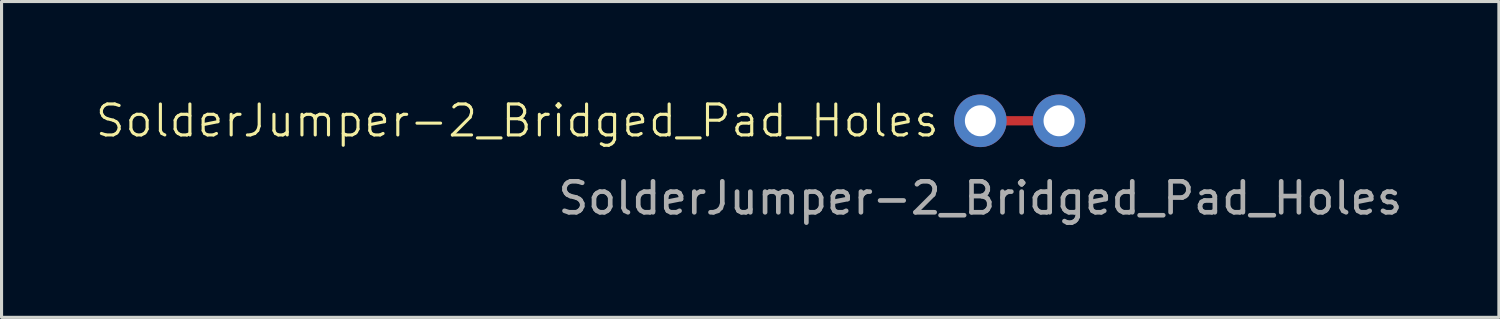
<source format=kicad_pcb>
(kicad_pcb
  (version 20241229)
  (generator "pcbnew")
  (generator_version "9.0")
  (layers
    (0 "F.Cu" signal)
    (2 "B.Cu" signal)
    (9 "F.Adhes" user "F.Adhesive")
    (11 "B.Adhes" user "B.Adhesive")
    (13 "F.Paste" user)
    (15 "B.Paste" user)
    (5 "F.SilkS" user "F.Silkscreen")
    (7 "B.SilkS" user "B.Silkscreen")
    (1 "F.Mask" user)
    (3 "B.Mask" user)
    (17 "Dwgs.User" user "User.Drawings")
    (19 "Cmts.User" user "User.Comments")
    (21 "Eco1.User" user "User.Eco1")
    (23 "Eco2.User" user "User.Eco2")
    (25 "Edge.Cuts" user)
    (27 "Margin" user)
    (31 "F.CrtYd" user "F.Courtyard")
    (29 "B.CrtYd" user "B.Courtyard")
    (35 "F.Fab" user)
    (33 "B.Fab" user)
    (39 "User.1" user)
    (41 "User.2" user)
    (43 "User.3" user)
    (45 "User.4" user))
  (footprint "SolderJumper-2_Bridged_Pad_Holes"
    (layer "F.Cu")
    (at 28.608 0.85)
    (property "Reference" "SolderJumper-2_Bridged_Pad_Holes" (at -1.27 0 0) (unlocked yes) (layer "F.SilkS") (effects (font (size 1 1) (thickness 0.1)) (justify right)))
    (attr through_hole)
    (fp_line (start 2.54 0) (end 0 0) (stroke (width 0.3) (type default)) (layer "F.Cu"))
    (fp_text user "${REFERENCE}" (at 0 2.5 0) (unlocked yes) (layer "F.Fab") (effects (font (size 1 1) (thickness 0.15))))
    (pad "1" thru_hole circle (at 0 0) (size 1.7 1.7) (drill 1) (layers "*.Cu" "*.Mask"))
    (pad "2" thru_hole circle (at 2.54 0) (size 1.7 1.7) (drill 1) (layers "*.Cu" "*.Mask")))
  (gr_rect
    (start -3 -3)
    (end 45.352 7.198)
    (stroke (width 0.1) (type default))
    (fill no)
    (layer "Edge.Cuts")))
</source>
